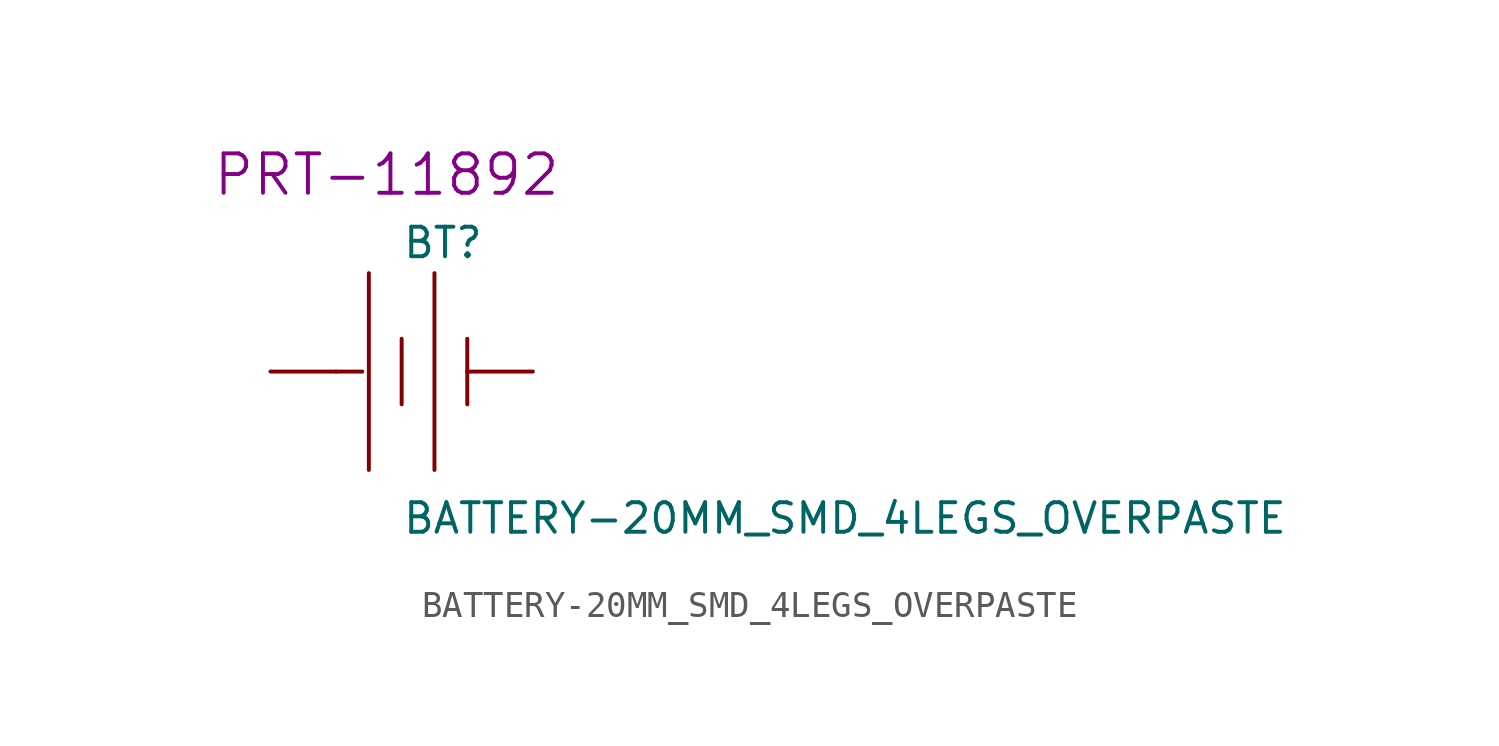
<source format=kicad_sym>
(kicad_symbol_lib
  (version 20220914)
  (generator kicad_symbol_editor)
  (symbol "BATTERY-20MM_SMD_4LEGS_OVERPASTE"
    (pin_numbers hide)
    (pin_names
      (offset 1.016) hide)
    (property "Reference" "BT"
      (at 0 4.318 0)
      (effects (font (size 1.143 1.143)) (justify left bottom)))
    (property "Value" "BATTERY-20MM_SMD_4LEGS_OVERPASTE"
      (at 0 -6.35 0)
      (effects (font (size 1.143 1.143)) (justify left bottom)))
    (property "Field4" "PRT-11892 "
      (at 0 7.62 0)
      (effects (font (size 1.524 1.524))))
    (property "ki_locked" ""
      (at 0 0 0)
      (effects (font (size 1.27 1.27))))
    (symbol "BATTERY-20MM_SMD_4LEGS_OVERPASTE_1_0"
      (polyline (pts (xy -2.54 0) (xy -1.524 0)) (stroke (width 0) (type solid)) (fill (type none)))
      (polyline (pts (xy -1.27 3.81) (xy -1.27 -3.81)) (stroke (width 0) (type solid)) (fill (type none)))
      (polyline (pts (xy 0 1.27) (xy 0 -1.27)) (stroke (width 0) (type solid)) (fill (type none)))
      (polyline (pts (xy 1.27 3.81) (xy 1.27 -3.81)) (stroke (width 0) (type solid)) (fill (type none)))
      (polyline (pts (xy 2.54 1.27) (xy 2.54 -1.27)) (stroke (width 0) (type solid)) (fill (type none))))
    (symbol "BATTERY-20MM_SMD_4LEGS_OVERPASTE_1_1"
      (pin power_in line (at -5.08 0 0) (length 2.54) (name "+" (effects (font (size 1.016 1.016)))) (number "1" (effects (font (size 1.016 1.016)))))
      (pin power_in line (at 5.08 0 180) (length 2.54) (name "-" (effects (font (size 1.016 1.016)))) (number "2" (effects (font (size 1.016 1.016))))))))
</source>
